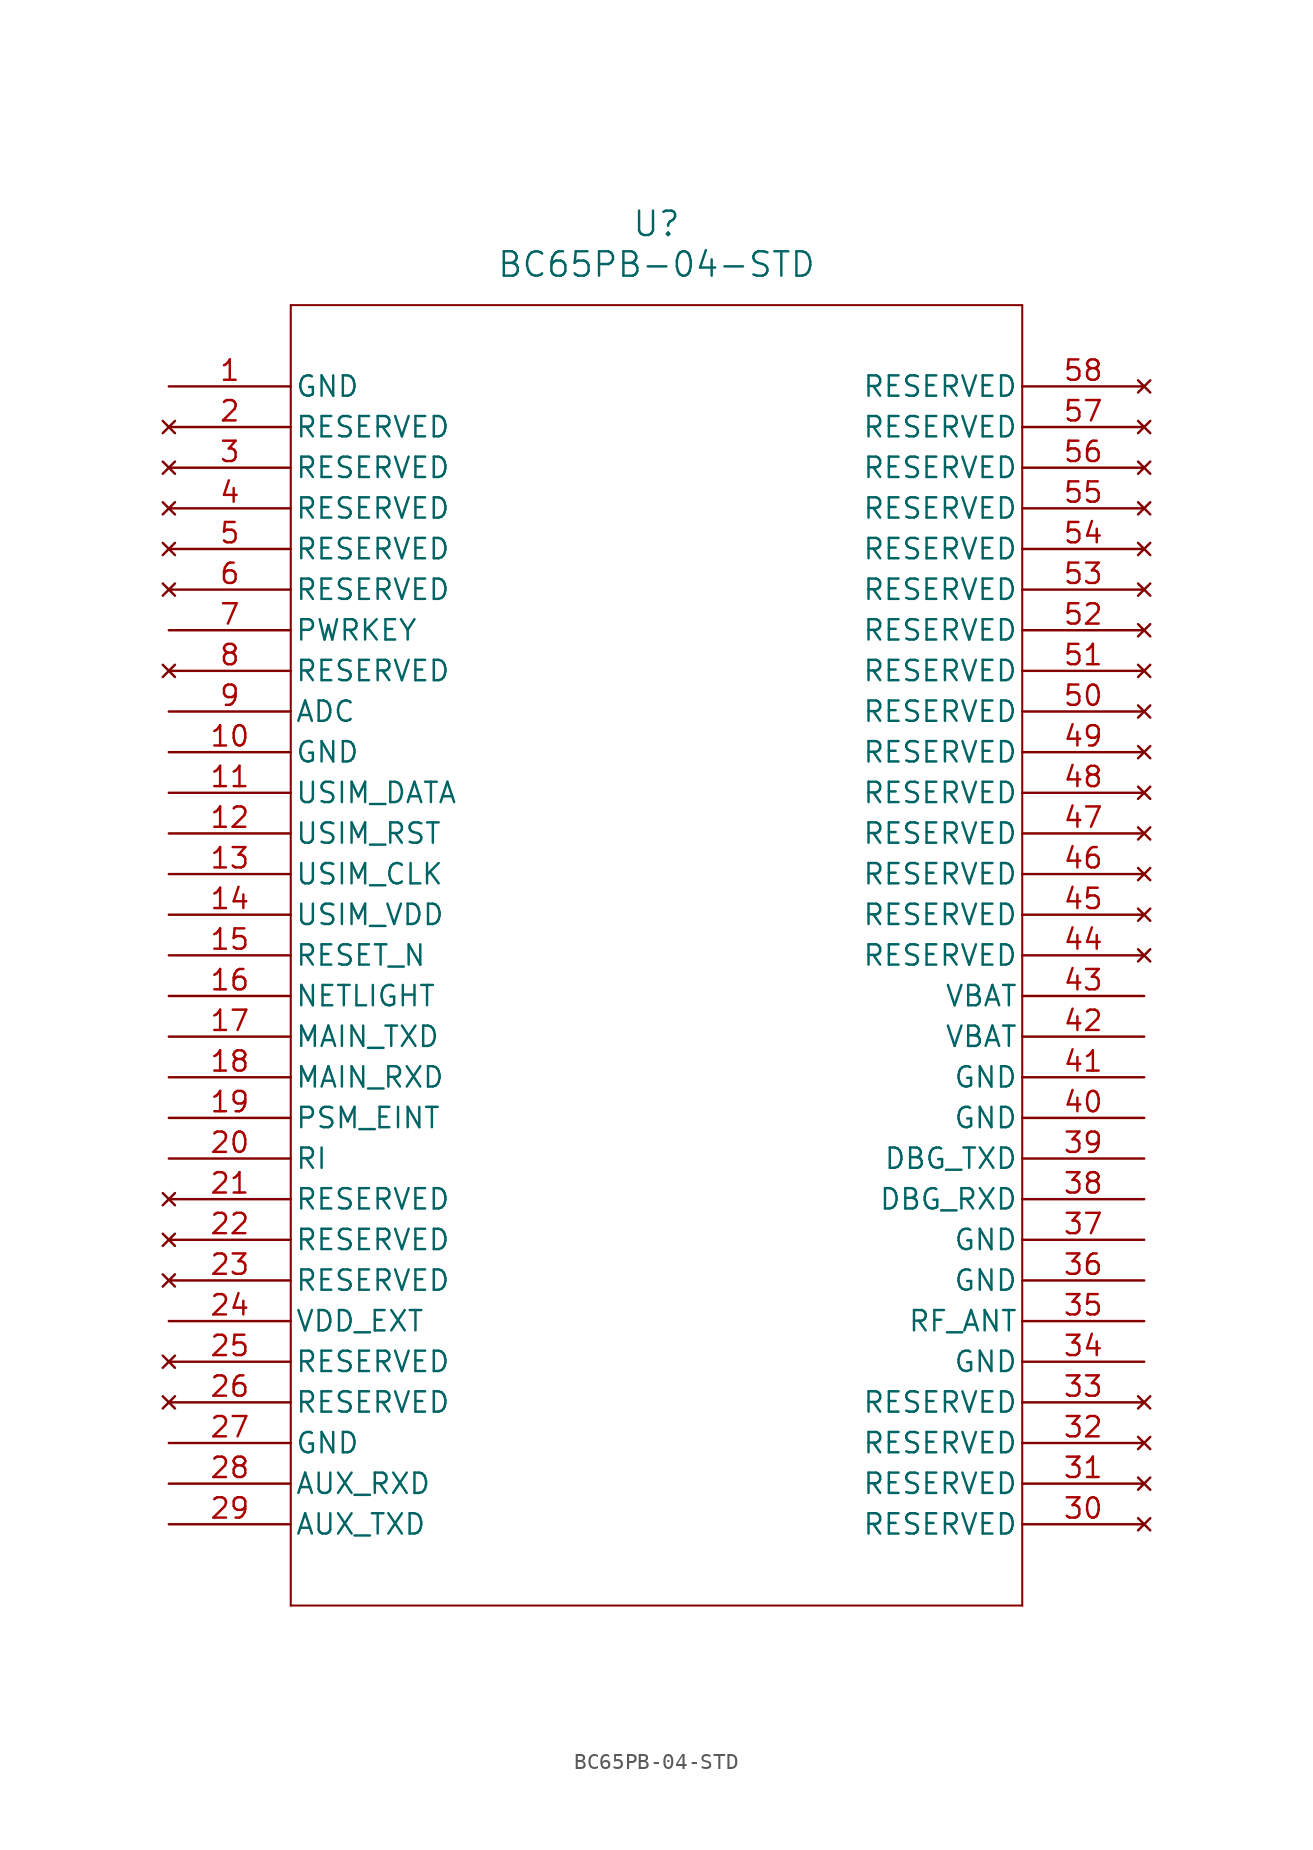
<source format=kicad_sym>
(kicad_symbol_lib
  (version 20211014)
  (generator kicad_symbol_editor)
  (symbol "BC65PB-04-STD"
    (pin_names
      (offset 0.254))
    (property "Reference" "U"
      (at 30.48 10.16 0)
      (effects (font (size 1.524 1.524))))
    (property "Value" "BC65PB-04-STD"
      (at 30.48 7.62 0)
      (effects (font (size 1.524 1.524))))
    (symbol "BC65PB-04-STD_0_1"
      (polyline (pts (xy 7.62 5.08) (xy 7.62 -76.2)) (stroke (width 0.127) (type default) (color 0 0 0 0)) (fill (type none)))
      (polyline (pts (xy 7.62 -76.2) (xy 53.34 -76.2)) (stroke (width 0.127) (type default) (color 0 0 0 0)) (fill (type none)))
      (polyline (pts (xy 53.34 -76.2) (xy 53.34 5.08)) (stroke (width 0.127) (type default) (color 0 0 0 0)) (fill (type none)))
      (polyline (pts (xy 53.34 5.08) (xy 7.62 5.08)) (stroke (width 0.127) (type default) (color 0 0 0 0)) (fill (type none)))
      (pin power_out line (at 0 0 0) (length 7.62) (name "GND" (effects (font (size 1.27 1.27)))) (number "1" (effects (font (size 1.27 1.27)))))
      (pin no_connect line (at 0 -2.54 0) (length 7.62) (name "RESERVED" (effects (font (size 1.27 1.27)))) (number "2" (effects (font (size 1.27 1.27)))))
      (pin no_connect line (at 0 -5.08 0) (length 7.62) (name "RESERVED" (effects (font (size 1.27 1.27)))) (number "3" (effects (font (size 1.27 1.27)))))
      (pin no_connect line (at 0 -7.62 0) (length 7.62) (name "RESERVED" (effects (font (size 1.27 1.27)))) (number "4" (effects (font (size 1.27 1.27)))))
      (pin no_connect line (at 0 -10.16 0) (length 7.62) (name "RESERVED" (effects (font (size 1.27 1.27)))) (number "5" (effects (font (size 1.27 1.27)))))
      (pin no_connect line (at 0 -12.7 0) (length 7.62) (name "RESERVED" (effects (font (size 1.27 1.27)))) (number "6" (effects (font (size 1.27 1.27)))))
      (pin input line (at 0 -15.24 0) (length 7.62) (name "PWRKEY" (effects (font (size 1.27 1.27)))) (number "7" (effects (font (size 1.27 1.27)))))
      (pin no_connect line (at 0 -17.78 0) (length 7.62) (name "RESERVED" (effects (font (size 1.27 1.27)))) (number "8" (effects (font (size 1.27 1.27)))))
      (pin input line (at 0 -20.32 0) (length 7.62) (name "ADC" (effects (font (size 1.27 1.27)))) (number "9" (effects (font (size 1.27 1.27)))))
      (pin power_out line (at 0 -22.86 0) (length 7.62) (name "GND" (effects (font (size 1.27 1.27)))) (number "10" (effects (font (size 1.27 1.27)))))
      (pin bidirectional line (at 0 -25.4 0) (length 7.62) (name "USIM_DATA" (effects (font (size 1.27 1.27)))) (number "11" (effects (font (size 1.27 1.27)))))
      (pin output line (at 0 -27.94 0) (length 7.62) (name "USIM_RST" (effects (font (size 1.27 1.27)))) (number "12" (effects (font (size 1.27 1.27)))))
      (pin output line (at 0 -30.48 0) (length 7.62) (name "USIM_CLK" (effects (font (size 1.27 1.27)))) (number "13" (effects (font (size 1.27 1.27)))))
      (pin power_in line (at 0 -33.02 0) (length 7.62) (name "USIM_VDD" (effects (font (size 1.27 1.27)))) (number "14" (effects (font (size 1.27 1.27)))))
      (pin input line (at 0 -35.56 0) (length 7.62) (name "RESET_N" (effects (font (size 1.27 1.27)))) (number "15" (effects (font (size 1.27 1.27)))))
      (pin output line (at 0 -38.1 0) (length 7.62) (name "NETLIGHT" (effects (font (size 1.27 1.27)))) (number "16" (effects (font (size 1.27 1.27)))))
      (pin output line (at 0 -40.64 0) (length 7.62) (name "MAIN_TXD" (effects (font (size 1.27 1.27)))) (number "17" (effects (font (size 1.27 1.27)))))
      (pin input line (at 0 -43.18 0) (length 7.62) (name "MAIN_RXD" (effects (font (size 1.27 1.27)))) (number "18" (effects (font (size 1.27 1.27)))))
      (pin input line (at 0 -45.72 0) (length 7.62) (name "PSM_EINT" (effects (font (size 1.27 1.27)))) (number "19" (effects (font (size 1.27 1.27)))))
      (pin output line (at 0 -48.26 0) (length 7.62) (name "RI" (effects (font (size 1.27 1.27)))) (number "20" (effects (font (size 1.27 1.27)))))
      (pin no_connect line (at 0 -50.8 0) (length 7.62) (name "RESERVED" (effects (font (size 1.27 1.27)))) (number "21" (effects (font (size 1.27 1.27)))))
      (pin no_connect line (at 0 -53.34 0) (length 7.62) (name "RESERVED" (effects (font (size 1.27 1.27)))) (number "22" (effects (font (size 1.27 1.27)))))
      (pin no_connect line (at 0 -55.88 0) (length 7.62) (name "RESERVED" (effects (font (size 1.27 1.27)))) (number "23" (effects (font (size 1.27 1.27)))))
      (pin power_in line (at 0 -58.42 0) (length 7.62) (name "VDD_EXT" (effects (font (size 1.27 1.27)))) (number "24" (effects (font (size 1.27 1.27)))))
      (pin no_connect line (at 0 -60.96 0) (length 7.62) (name "RESERVED" (effects (font (size 1.27 1.27)))) (number "25" (effects (font (size 1.27 1.27)))))
      (pin no_connect line (at 0 -63.5 0) (length 7.62) (name "RESERVED" (effects (font (size 1.27 1.27)))) (number "26" (effects (font (size 1.27 1.27)))))
      (pin power_out line (at 0 -66.04 0) (length 7.62) (name "GND" (effects (font (size 1.27 1.27)))) (number "27" (effects (font (size 1.27 1.27)))))
      (pin input line (at 0 -68.58 0) (length 7.62) (name "AUX_RXD" (effects (font (size 1.27 1.27)))) (number "28" (effects (font (size 1.27 1.27)))))
      (pin output line (at 0 -71.12 0) (length 7.62) (name "AUX_TXD" (effects (font (size 1.27 1.27)))) (number "29" (effects (font (size 1.27 1.27)))))
      (pin no_connect line (at 60.96 -71.12 180) (length 7.62) (name "RESERVED" (effects (font (size 1.27 1.27)))) (number "30" (effects (font (size 1.27 1.27)))))
      (pin no_connect line (at 60.96 -68.58 180) (length 7.62) (name "RESERVED" (effects (font (size 1.27 1.27)))) (number "31" (effects (font (size 1.27 1.27)))))
      (pin no_connect line (at 60.96 -66.04 180) (length 7.62) (name "RESERVED" (effects (font (size 1.27 1.27)))) (number "32" (effects (font (size 1.27 1.27)))))
      (pin no_connect line (at 60.96 -63.5 180) (length 7.62) (name "RESERVED" (effects (font (size 1.27 1.27)))) (number "33" (effects (font (size 1.27 1.27)))))
      (pin power_out line (at 60.96 -60.96 180) (length 7.62) (name "GND" (effects (font (size 1.27 1.27)))) (number "34" (effects (font (size 1.27 1.27)))))
      (pin bidirectional line (at 60.96 -58.42 180) (length 7.62) (name "RF_ANT" (effects (font (size 1.27 1.27)))) (number "35" (effects (font (size 1.27 1.27)))))
      (pin power_out line (at 60.96 -55.88 180) (length 7.62) (name "GND" (effects (font (size 1.27 1.27)))) (number "36" (effects (font (size 1.27 1.27)))))
      (pin power_out line (at 60.96 -53.34 180) (length 7.62) (name "GND" (effects (font (size 1.27 1.27)))) (number "37" (effects (font (size 1.27 1.27)))))
      (pin input line (at 60.96 -50.8 180) (length 7.62) (name "DBG_RXD" (effects (font (size 1.27 1.27)))) (number "38" (effects (font (size 1.27 1.27)))))
      (pin output line (at 60.96 -48.26 180) (length 7.62) (name "DBG_TXD" (effects (font (size 1.27 1.27)))) (number "39" (effects (font (size 1.27 1.27)))))
      (pin power_out line (at 60.96 -45.72 180) (length 7.62) (name "GND" (effects (font (size 1.27 1.27)))) (number "40" (effects (font (size 1.27 1.27)))))
      (pin power_out line (at 60.96 -43.18 180) (length 7.62) (name "GND" (effects (font (size 1.27 1.27)))) (number "41" (effects (font (size 1.27 1.27)))))
      (pin power_in line (at 60.96 -40.64 180) (length 7.62) (name "VBAT" (effects (font (size 1.27 1.27)))) (number "42" (effects (font (size 1.27 1.27)))))
      (pin power_in line (at 60.96 -38.1 180) (length 7.62) (name "VBAT" (effects (font (size 1.27 1.27)))) (number "43" (effects (font (size 1.27 1.27)))))
      (pin no_connect line (at 60.96 -35.56 180) (length 7.62) (name "RESERVED" (effects (font (size 1.27 1.27)))) (number "44" (effects (font (size 1.27 1.27)))))
      (pin no_connect line (at 60.96 -33.02 180) (length 7.62) (name "RESERVED" (effects (font (size 1.27 1.27)))) (number "45" (effects (font (size 1.27 1.27)))))
      (pin no_connect line (at 60.96 -30.48 180) (length 7.62) (name "RESERVED" (effects (font (size 1.27 1.27)))) (number "46" (effects (font (size 1.27 1.27)))))
      (pin no_connect line (at 60.96 -27.94 180) (length 7.62) (name "RESERVED" (effects (font (size 1.27 1.27)))) (number "47" (effects (font (size 1.27 1.27)))))
      (pin no_connect line (at 60.96 -25.4 180) (length 7.62) (name "RESERVED" (effects (font (size 1.27 1.27)))) (number "48" (effects (font (size 1.27 1.27)))))
      (pin no_connect line (at 60.96 -22.86 180) (length 7.62) (name "RESERVED" (effects (font (size 1.27 1.27)))) (number "49" (effects (font (size 1.27 1.27)))))
      (pin no_connect line (at 60.96 -20.32 180) (length 7.62) (name "RESERVED" (effects (font (size 1.27 1.27)))) (number "50" (effects (font (size 1.27 1.27)))))
      (pin no_connect line (at 60.96 -17.78 180) (length 7.62) (name "RESERVED" (effects (font (size 1.27 1.27)))) (number "51" (effects (font (size 1.27 1.27)))))
      (pin no_connect line (at 60.96 -15.24 180) (length 7.62) (name "RESERVED" (effects (font (size 1.27 1.27)))) (number "52" (effects (font (size 1.27 1.27)))))
      (pin no_connect line (at 60.96 -12.7 180) (length 7.62) (name "RESERVED" (effects (font (size 1.27 1.27)))) (number "53" (effects (font (size 1.27 1.27)))))
      (pin no_connect line (at 60.96 -10.16 180) (length 7.62) (name "RESERVED" (effects (font (size 1.27 1.27)))) (number "54" (effects (font (size 1.27 1.27)))))
      (pin no_connect line (at 60.96 -7.62 180) (length 7.62) (name "RESERVED" (effects (font (size 1.27 1.27)))) (number "55" (effects (font (size 1.27 1.27)))))
      (pin no_connect line (at 60.96 -5.08 180) (length 7.62) (name "RESERVED" (effects (font (size 1.27 1.27)))) (number "56" (effects (font (size 1.27 1.27)))))
      (pin no_connect line (at 60.96 -2.54 180) (length 7.62) (name "RESERVED" (effects (font (size 1.27 1.27)))) (number "57" (effects (font (size 1.27 1.27)))))
      (pin no_connect line (at 60.96 0 180) (length 7.62) (name "RESERVED" (effects (font (size 1.27 1.27)))) (number "58" (effects (font (size 1.27 1.27))))))))
</source>
